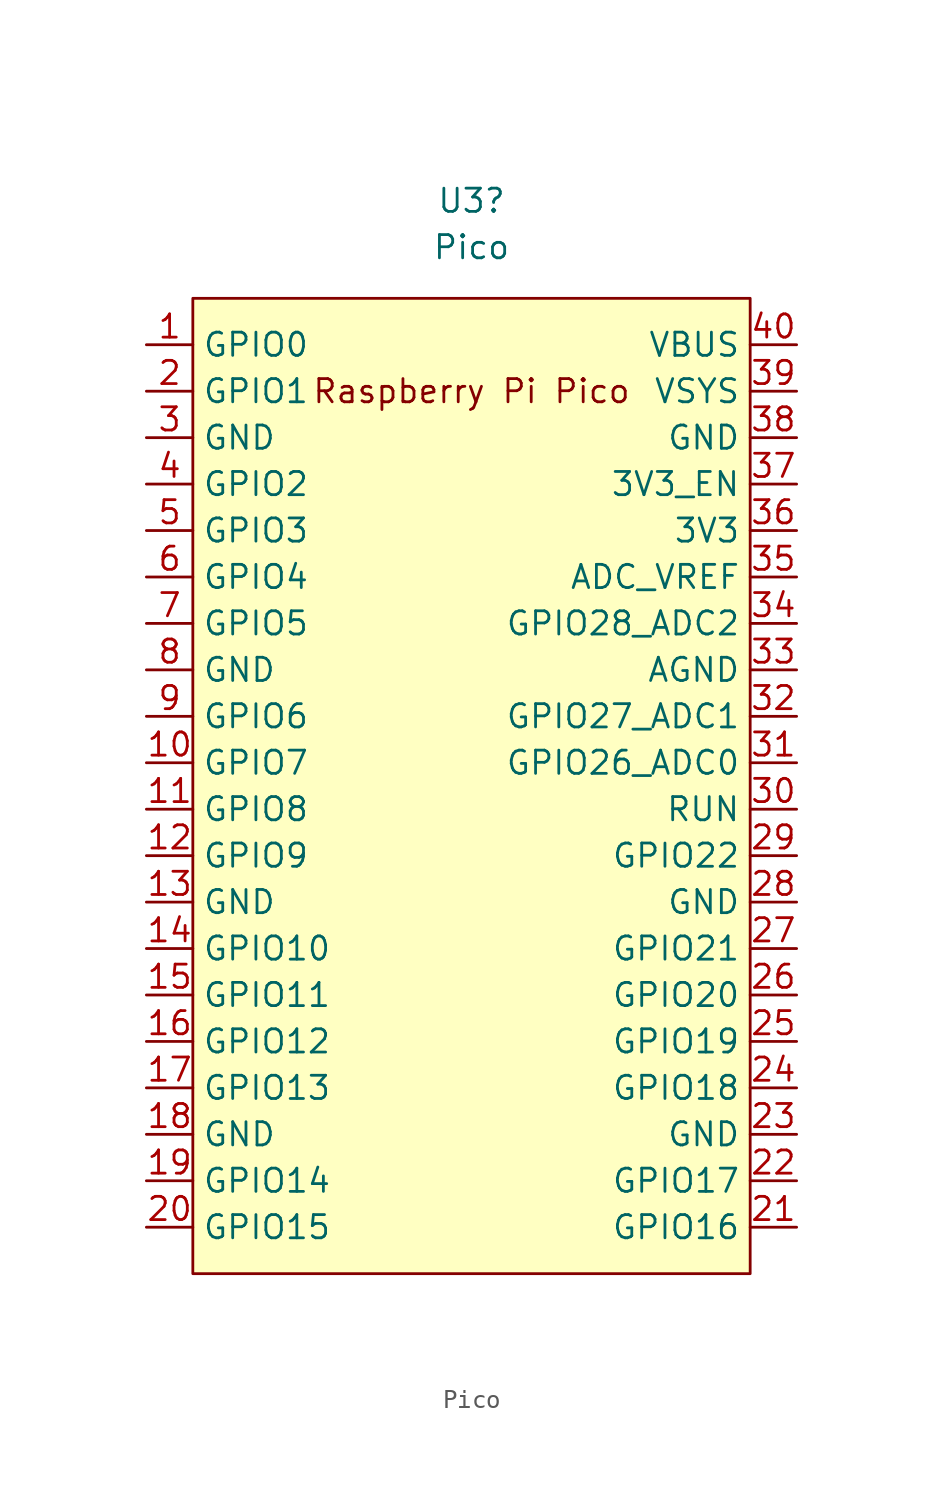
<source format=kicad_sym>
(kicad_symbol_lib
  (version 20211014)
  (generator kicad_symbol_editor)
  (symbol "Pico"
    (property "Reference" "U3"
      (at 0 32.004 0)
      (effects (font (size 1.27 1.27))))
    (property "Value" "Pico"
      (at 0 29.464 0)
      (effects (font (size 1.27 1.27))))
    (symbol "Pico_0_0"
      (text "Raspberry Pi Pico" (at 0 21.59 0) (effects (font (size 1.27 1.27)))))
    (symbol "Pico_0_1"
      (rectangle (start -15.24 26.67) (end 15.24 -26.67) (stroke (width 0) (type default) (color 0 0 0 0)) (fill (type background))))
    (symbol "Pico_1_1"
      (pin bidirectional line (at -17.78 24.13 0) (length 2.54) (name "GPIO0" (effects (font (size 1.27 1.27)))) (number "1" (effects (font (size 1.27 1.27)))))
      (pin bidirectional line (at -17.78 1.27 0) (length 2.54) (name "GPIO7" (effects (font (size 1.27 1.27)))) (number "10" (effects (font (size 1.27 1.27)))))
      (pin bidirectional line (at -17.78 -1.27 0) (length 2.54) (name "GPIO8" (effects (font (size 1.27 1.27)))) (number "11" (effects (font (size 1.27 1.27)))))
      (pin bidirectional line (at -17.78 -3.81 0) (length 2.54) (name "GPIO9" (effects (font (size 1.27 1.27)))) (number "12" (effects (font (size 1.27 1.27)))))
      (pin power_in line (at -17.78 -6.35 0) (length 2.54) (name "GND" (effects (font (size 1.27 1.27)))) (number "13" (effects (font (size 1.27 1.27)))))
      (pin bidirectional line (at -17.78 -8.89 0) (length 2.54) (name "GPIO10" (effects (font (size 1.27 1.27)))) (number "14" (effects (font (size 1.27 1.27)))))
      (pin bidirectional line (at -17.78 -11.43 0) (length 2.54) (name "GPIO11" (effects (font (size 1.27 1.27)))) (number "15" (effects (font (size 1.27 1.27)))))
      (pin bidirectional line (at -17.78 -13.97 0) (length 2.54) (name "GPIO12" (effects (font (size 1.27 1.27)))) (number "16" (effects (font (size 1.27 1.27)))))
      (pin bidirectional line (at -17.78 -16.51 0) (length 2.54) (name "GPIO13" (effects (font (size 1.27 1.27)))) (number "17" (effects (font (size 1.27 1.27)))))
      (pin power_in line (at -17.78 -19.05 0) (length 2.54) (name "GND" (effects (font (size 1.27 1.27)))) (number "18" (effects (font (size 1.27 1.27)))))
      (pin bidirectional line (at -17.78 -21.59 0) (length 2.54) (name "GPIO14" (effects (font (size 1.27 1.27)))) (number "19" (effects (font (size 1.27 1.27)))))
      (pin bidirectional line (at -17.78 21.59 0) (length 2.54) (name "GPIO1" (effects (font (size 1.27 1.27)))) (number "2" (effects (font (size 1.27 1.27)))))
      (pin bidirectional line (at -17.78 -24.13 0) (length 2.54) (name "GPIO15" (effects (font (size 1.27 1.27)))) (number "20" (effects (font (size 1.27 1.27)))))
      (pin bidirectional line (at 17.78 -24.13 180) (length 2.54) (name "GPIO16" (effects (font (size 1.27 1.27)))) (number "21" (effects (font (size 1.27 1.27)))))
      (pin bidirectional line (at 17.78 -21.59 180) (length 2.54) (name "GPIO17" (effects (font (size 1.27 1.27)))) (number "22" (effects (font (size 1.27 1.27)))))
      (pin power_in line (at 17.78 -19.05 180) (length 2.54) (name "GND" (effects (font (size 1.27 1.27)))) (number "23" (effects (font (size 1.27 1.27)))))
      (pin bidirectional line (at 17.78 -16.51 180) (length 2.54) (name "GPIO18" (effects (font (size 1.27 1.27)))) (number "24" (effects (font (size 1.27 1.27)))))
      (pin bidirectional line (at 17.78 -13.97 180) (length 2.54) (name "GPIO19" (effects (font (size 1.27 1.27)))) (number "25" (effects (font (size 1.27 1.27)))))
      (pin bidirectional line (at 17.78 -11.43 180) (length 2.54) (name "GPIO20" (effects (font (size 1.27 1.27)))) (number "26" (effects (font (size 1.27 1.27)))))
      (pin bidirectional line (at 17.78 -8.89 180) (length 2.54) (name "GPIO21" (effects (font (size 1.27 1.27)))) (number "27" (effects (font (size 1.27 1.27)))))
      (pin power_in line (at 17.78 -6.35 180) (length 2.54) (name "GND" (effects (font (size 1.27 1.27)))) (number "28" (effects (font (size 1.27 1.27)))))
      (pin bidirectional line (at 17.78 -3.81 180) (length 2.54) (name "GPIO22" (effects (font (size 1.27 1.27)))) (number "29" (effects (font (size 1.27 1.27)))))
      (pin power_in line (at -17.78 19.05 0) (length 2.54) (name "GND" (effects (font (size 1.27 1.27)))) (number "3" (effects (font (size 1.27 1.27)))))
      (pin input line (at 17.78 -1.27 180) (length 2.54) (name "RUN" (effects (font (size 1.27 1.27)))) (number "30" (effects (font (size 1.27 1.27)))))
      (pin bidirectional line (at 17.78 1.27 180) (length 2.54) (name "GPIO26_ADC0" (effects (font (size 1.27 1.27)))) (number "31" (effects (font (size 1.27 1.27)))))
      (pin bidirectional line (at 17.78 3.81 180) (length 2.54) (name "GPIO27_ADC1" (effects (font (size 1.27 1.27)))) (number "32" (effects (font (size 1.27 1.27)))))
      (pin power_in line (at 17.78 6.35 180) (length 2.54) (name "AGND" (effects (font (size 1.27 1.27)))) (number "33" (effects (font (size 1.27 1.27)))))
      (pin bidirectional line (at 17.78 8.89 180) (length 2.54) (name "GPIO28_ADC2" (effects (font (size 1.27 1.27)))) (number "34" (effects (font (size 1.27 1.27)))))
      (pin power_in line (at 17.78 11.43 180) (length 2.54) (name "ADC_VREF" (effects (font (size 1.27 1.27)))) (number "35" (effects (font (size 1.27 1.27)))))
      (pin power_in line (at 17.78 13.97 180) (length 2.54) (name "3V3" (effects (font (size 1.27 1.27)))) (number "36" (effects (font (size 1.27 1.27)))))
      (pin input line (at 17.78 16.51 180) (length 2.54) (name "3V3_EN" (effects (font (size 1.27 1.27)))) (number "37" (effects (font (size 1.27 1.27)))))
      (pin power_in line (at 17.78 19.05 180) (length 2.54) (name "GND" (effects (font (size 1.27 1.27)))) (number "38" (effects (font (size 1.27 1.27)))))
      (pin power_in line (at 17.78 21.59 180) (length 2.54) (name "VSYS" (effects (font (size 1.27 1.27)))) (number "39" (effects (font (size 1.27 1.27)))))
      (pin bidirectional line (at -17.78 16.51 0) (length 2.54) (name "GPIO2" (effects (font (size 1.27 1.27)))) (number "4" (effects (font (size 1.27 1.27)))))
      (pin power_in line (at 17.78 24.13 180) (length 2.54) (name "VBUS" (effects (font (size 1.27 1.27)))) (number "40" (effects (font (size 1.27 1.27)))))
      (pin bidirectional line (at -17.78 13.97 0) (length 2.54) (name "GPIO3" (effects (font (size 1.27 1.27)))) (number "5" (effects (font (size 1.27 1.27)))))
      (pin bidirectional line (at -17.78 11.43 0) (length 2.54) (name "GPIO4" (effects (font (size 1.27 1.27)))) (number "6" (effects (font (size 1.27 1.27)))))
      (pin bidirectional line (at -17.78 8.89 0) (length 2.54) (name "GPIO5" (effects (font (size 1.27 1.27)))) (number "7" (effects (font (size 1.27 1.27)))))
      (pin power_in line (at -17.78 6.35 0) (length 2.54) (name "GND" (effects (font (size 1.27 1.27)))) (number "8" (effects (font (size 1.27 1.27)))))
      (pin bidirectional line (at -17.78 3.81 0) (length 2.54) (name "GPIO6" (effects (font (size 1.27 1.27)))) (number "9" (effects (font (size 1.27 1.27))))))))
</source>
